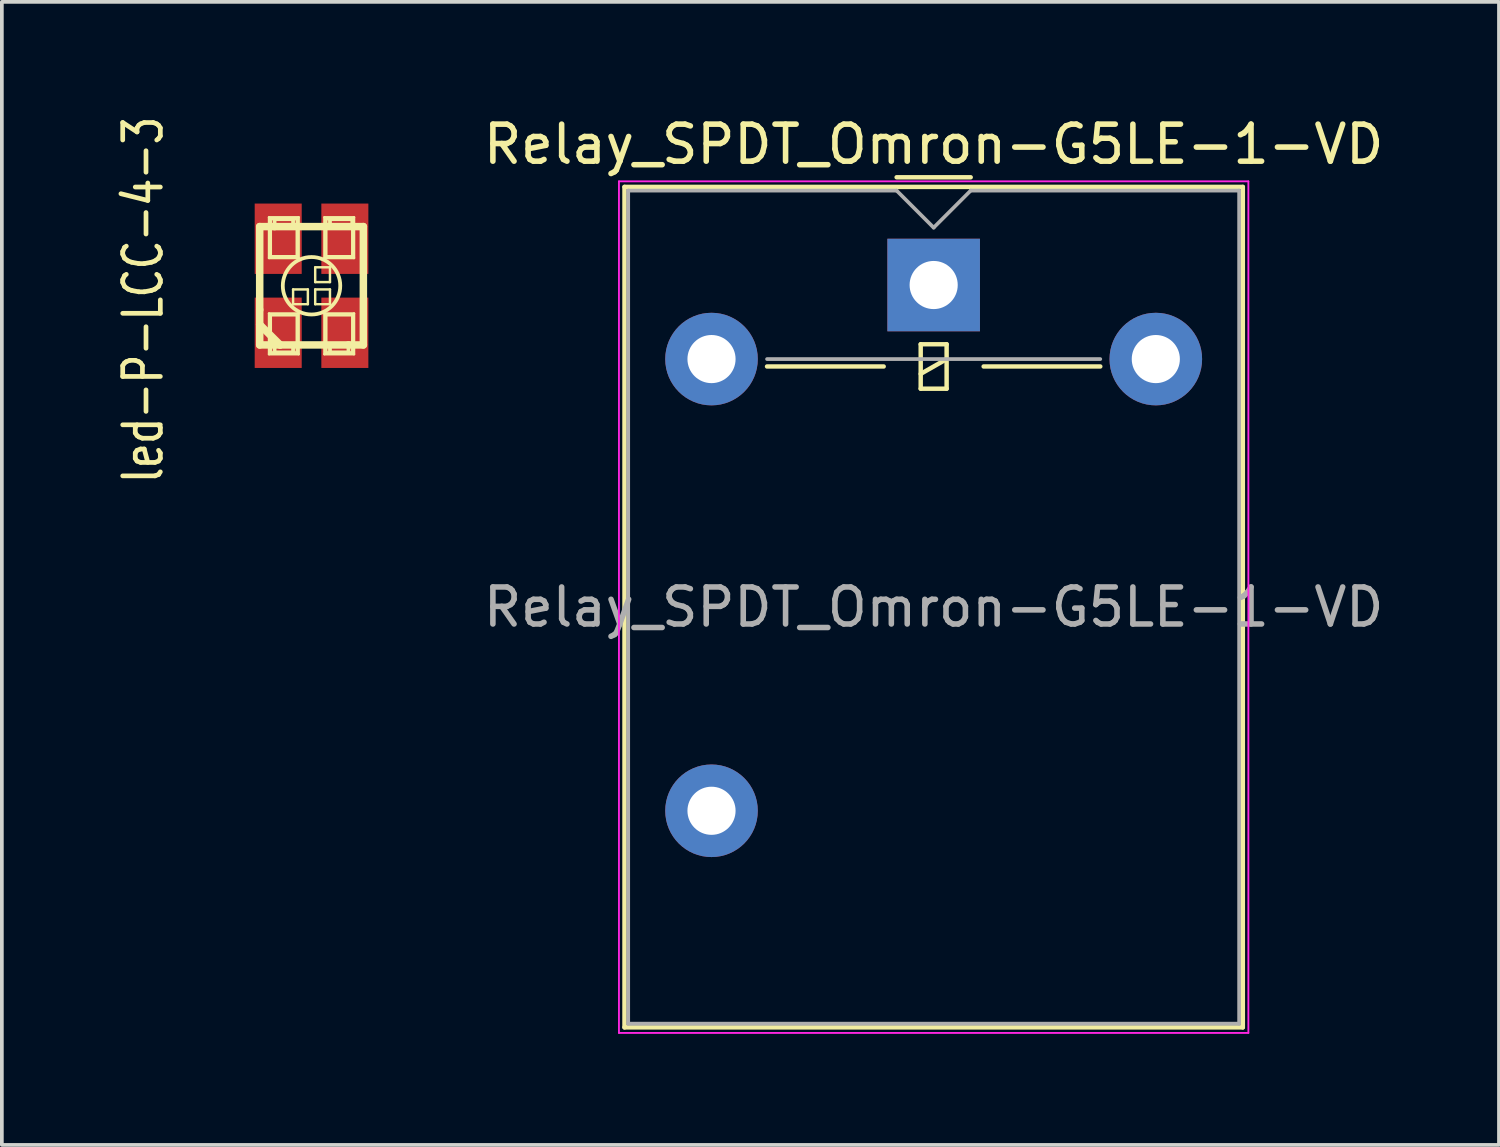
<source format=kicad_pcb>
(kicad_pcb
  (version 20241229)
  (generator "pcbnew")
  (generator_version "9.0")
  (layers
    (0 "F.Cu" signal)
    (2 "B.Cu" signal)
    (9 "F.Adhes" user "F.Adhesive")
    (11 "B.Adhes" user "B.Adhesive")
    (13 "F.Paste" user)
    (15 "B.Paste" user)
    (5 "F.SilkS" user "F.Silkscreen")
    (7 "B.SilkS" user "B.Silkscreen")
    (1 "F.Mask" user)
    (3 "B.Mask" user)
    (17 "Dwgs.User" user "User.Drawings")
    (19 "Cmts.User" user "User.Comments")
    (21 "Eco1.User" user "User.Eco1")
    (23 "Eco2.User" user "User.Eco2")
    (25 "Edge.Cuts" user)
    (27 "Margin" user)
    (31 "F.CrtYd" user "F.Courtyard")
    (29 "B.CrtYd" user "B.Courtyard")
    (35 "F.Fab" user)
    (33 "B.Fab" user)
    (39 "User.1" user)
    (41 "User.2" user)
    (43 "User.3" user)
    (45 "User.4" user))
  (footprint "Relay_SPDT_Omron-G5LE-1-VD"
    (layer "F.Cu")
    (at 22.167 4.648)
    (property "Reference" "Relay_SPDT_Omron-G5LE-1-VD" (at 0 -3.8 0) (layer "F.SilkS") (effects (font (size 1 1) (thickness 0.15))))
    (attr through_hole)
    (fp_line (start -8.35 -2.65) (end -8.35 20.05) (stroke (width 0.12) (type solid)) (layer "F.SilkS"))
    (fp_line (start -8.35 20.05) (end 8.35 20.05) (stroke (width 0.12) (type solid)) (layer "F.SilkS"))
    (fp_line (start -4.5 2.2) (end -1.35 2.2) (stroke (width 0.12) (type solid)) (layer "F.SilkS"))
    (fp_line (start -1 -2.91) (end 1 -2.91) (stroke (width 0.12) (type solid)) (layer "F.SilkS"))
    (fp_line (start -0.35 1.6) (end -0.35 2.8) (stroke (width 0.12) (type solid)) (layer "F.SilkS"))
    (fp_line (start -0.35 2.4) (end 0.35 2) (stroke (width 0.12) (type solid)) (layer "F.SilkS"))
    (fp_line (start -0.35 2.8) (end 0.35 2.8) (stroke (width 0.12) (type solid)) (layer "F.SilkS"))
    (fp_line (start 0.35 1.6) (end -0.35 1.6) (stroke (width 0.12) (type solid)) (layer "F.SilkS"))
    (fp_line (start 0.35 2.8) (end 0.35 1.6) (stroke (width 0.12) (type solid)) (layer "F.SilkS"))
    (fp_line (start 1.35 2.2) (end 4.5 2.2) (stroke (width 0.12) (type solid)) (layer "F.SilkS"))
    (fp_line (start 8.35 -2.65) (end -8.35 -2.65) (stroke (width 0.12) (type solid)) (layer "F.SilkS"))
    (fp_line (start 8.35 20.05) (end 8.35 -2.65) (stroke (width 0.12) (type solid)) (layer "F.SilkS"))
    (fp_line (start -8.5 -2.8) (end -8.5 20.2) (stroke (width 0.05) (type solid)) (layer "F.CrtYd"))
    (fp_line (start -8.5 20.2) (end 8.5 20.2) (stroke (width 0.05) (type solid)) (layer "F.CrtYd"))
    (fp_line (start 8.5 -2.8) (end -8.5 -2.8) (stroke (width 0.05) (type solid)) (layer "F.CrtYd"))
    (fp_line (start 8.5 20.2) (end 8.5 -2.8) (stroke (width 0.05) (type solid)) (layer "F.CrtYd"))
    (fp_line (start -8.25 -2.55) (end -1 -2.55) (stroke (width 0.1) (type solid)) (layer "F.Fab"))
    (fp_line (start -8.25 19.95) (end -8.25 -2.55) (stroke (width 0.1) (type solid)) (layer "F.Fab"))
    (fp_line (start -4.5 2) (end 4.5 2) (stroke (width 0.1) (type solid)) (layer "F.Fab"))
    (fp_line (start -1 -2.55) (end 0 -1.55) (stroke (width 0.1) (type solid)) (layer "F.Fab"))
    (fp_line (start 0 -1.55) (end 1 -2.55) (stroke (width 0.1) (type solid)) (layer "F.Fab"))
    (fp_line (start 1 -2.55) (end 8.25 -2.55) (stroke (width 0.1) (type solid)) (layer "F.Fab"))
    (fp_line (start 8.25 -2.55) (end 8.25 19.95) (stroke (width 0.1) (type solid)) (layer "F.Fab"))
    (fp_line (start 8.25 19.95) (end -8.25 19.95) (stroke (width 0.1) (type solid)) (layer "F.Fab"))
    (fp_text user "${REFERENCE}" (at 0 8.7 0) (layer "F.Fab") (effects (font (size 1 1) (thickness 0.15))))
    (pad "1" thru_hole rect (at 0 0) (size 2.5 2.5) (drill 1.3) (layers "*.Cu" "*.Mask"))
    (pad "2" thru_hole oval (at -6 2) (size 2.5 2.5) (drill 1.3) (layers "*.Cu" "*.Mask"))
    (pad "3" thru_hole oval (at -6 14.2) (size 2.5 2.5) (drill 1.3) (layers "*.Cu" "*.Mask"))
    (pad "5" thru_hole oval (at 6 2) (size 2.5 2.5) (drill 1.3) (layers "*.Cu" "*.Mask")))
  (footprint "led-P-LCC-4-3"
    (layer "F.Cu")
    (at 5.364 4.668)
    (property "Reference" "led-P-LCC-4-3" (at -4.547 0.381 90) (layer "F.SilkS") (effects (font (size 1.016 0.762) (thickness 0.127))))
    (attr through_hole)
    (fp_line (start -1.4 -1.598) (end -1.4 0.648) (stroke (width 0.203) (type solid)) (layer "F.SilkS"))
    (fp_line (start -1.4 1.049) (end -1.4 0.648) (stroke (width 0.203) (type solid)) (layer "F.SilkS"))
    (fp_line (start -1.4 1.049) (end -1.4 1.598) (stroke (width 0.203) (type solid)) (layer "F.SilkS"))
    (fp_line (start -1.4 1.598) (end -0.998 1.598) (stroke (width 0.203) (type solid)) (layer "F.SilkS"))
    (fp_line (start -1.148 -1.849) (end -0.348 -1.849) (stroke (width 0.066) (type solid)) (layer "F.SilkS"))
    (fp_line (start -1.148 -0.749) (end -1.148 -1.849) (stroke (width 0.066) (type solid)) (layer "F.SilkS"))
    (fp_line (start -1.148 -0.749) (end -0.348 -0.749) (stroke (width 0.066) (type solid)) (layer "F.SilkS"))
    (fp_line (start -1.148 0.749) (end -0.348 0.749) (stroke (width 0.066) (type solid)) (layer "F.SilkS"))
    (fp_line (start -1.148 1.849) (end -1.148 0.749) (stroke (width 0.066) (type solid)) (layer "F.SilkS"))
    (fp_line (start -1.148 1.849) (end -0.348 1.849) (stroke (width 0.066) (type solid)) (layer "F.SilkS"))
    (fp_line (start -1.1 -1.798) (end -0.399 -1.798) (stroke (width 0.066) (type solid)) (layer "F.SilkS"))
    (fp_line (start -1.1 -0.798) (end -1.1 -1.798) (stroke (width 0.066) (type solid)) (layer "F.SilkS"))
    (fp_line (start -1.1 -0.798) (end -0.399 -0.798) (stroke (width 0.066) (type solid)) (layer "F.SilkS"))
    (fp_line (start -1.1 0.798) (end -0.399 0.798) (stroke (width 0.066) (type solid)) (layer "F.SilkS"))
    (fp_line (start -1.1 1.798) (end -1.1 0.798) (stroke (width 0.066) (type solid)) (layer "F.SilkS"))
    (fp_line (start -1.1 1.798) (end -0.399 1.798) (stroke (width 0.066) (type solid)) (layer "F.SilkS"))
    (fp_line (start -0.998 -1.798) (end -0.498 -1.798) (stroke (width 0.102) (type solid)) (layer "F.SilkS"))
    (fp_line (start -0.998 -1.598) (end -1.4 -1.598) (stroke (width 0.203) (type solid)) (layer "F.SilkS"))
    (fp_line (start -0.998 -1.598) (end -0.998 -1.798) (stroke (width 0.102) (type solid)) (layer "F.SilkS"))
    (fp_line (start -0.998 1.598) (end -0.998 1.798) (stroke (width 0.102) (type solid)) (layer "F.SilkS"))
    (fp_line (start -0.998 1.598) (end -0.848 1.598) (stroke (width 0.203) (type solid)) (layer "F.SilkS"))
    (fp_line (start -0.998 1.798) (end -0.498 1.798) (stroke (width 0.102) (type solid)) (layer "F.SilkS"))
    (fp_line (start -0.848 1.598) (end -1.4 1.049) (stroke (width 0.203) (type solid)) (layer "F.SilkS"))
    (fp_line (start -0.848 1.598) (end 0.998 1.598) (stroke (width 0.203) (type solid)) (layer "F.SilkS"))
    (fp_line (start -0.498 -1.798) (end -0.498 -1.648) (stroke (width 0.102) (type solid)) (layer "F.SilkS"))
    (fp_line (start -0.498 0.099) (end -0.099 0.099) (stroke (width 0.066) (type solid)) (layer "F.SilkS"))
    (fp_line (start -0.498 0.498) (end -0.498 0.099) (stroke (width 0.066) (type solid)) (layer "F.SilkS"))
    (fp_line (start -0.498 0.498) (end -0.099 0.498) (stroke (width 0.066) (type solid)) (layer "F.SilkS"))
    (fp_line (start -0.498 1.798) (end -0.498 1.648) (stroke (width 0.102) (type solid)) (layer "F.SilkS"))
    (fp_line (start -0.399 -0.798) (end -0.399 -1.798) (stroke (width 0.066) (type solid)) (layer "F.SilkS"))
    (fp_line (start -0.399 1.798) (end -0.399 0.798) (stroke (width 0.066) (type solid)) (layer "F.SilkS"))
    (fp_line (start -0.348 -0.749) (end -0.348 -1.849) (stroke (width 0.066) (type solid)) (layer "F.SilkS"))
    (fp_line (start -0.348 1.849) (end -0.348 0.749) (stroke (width 0.066) (type solid)) (layer "F.SilkS"))
    (fp_line (start -0.099 0.498) (end -0.099 0.099) (stroke (width 0.066) (type solid)) (layer "F.SilkS"))
    (fp_line (start 0.099 -0.498) (end 0.498 -0.498) (stroke (width 0.066) (type solid)) (layer "F.SilkS"))
    (fp_line (start 0.099 -0.099) (end 0.099 -0.498) (stroke (width 0.066) (type solid)) (layer "F.SilkS"))
    (fp_line (start 0.099 -0.099) (end 0.498 -0.099) (stroke (width 0.066) (type solid)) (layer "F.SilkS"))
    (fp_line (start 0.099 0.099) (end 0.498 0.099) (stroke (width 0.066) (type solid)) (layer "F.SilkS"))
    (fp_line (start 0.099 0.498) (end 0.099 0.099) (stroke (width 0.066) (type solid)) (layer "F.SilkS"))
    (fp_line (start 0.099 0.498) (end 0.498 0.498) (stroke (width 0.066) (type solid)) (layer "F.SilkS"))
    (fp_line (start 0.348 -1.849) (end 1.148 -1.849) (stroke (width 0.066) (type solid)) (layer "F.SilkS"))
    (fp_line (start 0.348 -0.749) (end 0.348 -1.849) (stroke (width 0.066) (type solid)) (layer "F.SilkS"))
    (fp_line (start 0.348 -0.749) (end 1.148 -0.749) (stroke (width 0.066) (type solid)) (layer "F.SilkS"))
    (fp_line (start 0.348 0.749) (end 1.148 0.749) (stroke (width 0.066) (type solid)) (layer "F.SilkS"))
    (fp_line (start 0.348 1.849) (end 0.348 0.749) (stroke (width 0.066) (type solid)) (layer "F.SilkS"))
    (fp_line (start 0.348 1.849) (end 1.148 1.849) (stroke (width 0.066) (type solid)) (layer "F.SilkS"))
    (fp_line (start 0.399 -1.798) (end 1.1 -1.798) (stroke (width 0.066) (type solid)) (layer "F.SilkS"))
    (fp_line (start 0.399 -0.798) (end 0.399 -1.798) (stroke (width 0.066) (type solid)) (layer "F.SilkS"))
    (fp_line (start 0.399 -0.798) (end 1.1 -0.798) (stroke (width 0.066) (type solid)) (layer "F.SilkS"))
    (fp_line (start 0.399 0.798) (end 1.1 0.798) (stroke (width 0.066) (type solid)) (layer "F.SilkS"))
    (fp_line (start 0.399 1.798) (end 0.399 0.798) (stroke (width 0.066) (type solid)) (layer "F.SilkS"))
    (fp_line (start 0.399 1.798) (end 1.1 1.798) (stroke (width 0.066) (type solid)) (layer "F.SilkS"))
    (fp_line (start 0.498 -1.798) (end 1.1 -1.798) (stroke (width 0.102) (type solid)) (layer "F.SilkS"))
    (fp_line (start 0.498 -1.648) (end 0.498 -1.798) (stroke (width 0.102) (type solid)) (layer "F.SilkS"))
    (fp_line (start 0.498 -0.099) (end 0.498 -0.498) (stroke (width 0.066) (type solid)) (layer "F.SilkS"))
    (fp_line (start 0.498 0.498) (end 0.498 0.099) (stroke (width 0.066) (type solid)) (layer "F.SilkS"))
    (fp_line (start 0.498 1.648) (end 0.498 1.798) (stroke (width 0.102) (type solid)) (layer "F.SilkS"))
    (fp_line (start 0.498 1.798) (end 0.998 1.798) (stroke (width 0.102) (type solid)) (layer "F.SilkS"))
    (fp_line (start 0.998 1.598) (end 1.4 1.598) (stroke (width 0.203) (type solid)) (layer "F.SilkS"))
    (fp_line (start 0.998 1.798) (end 0.998 1.598) (stroke (width 0.102) (type solid)) (layer "F.SilkS"))
    (fp_line (start 1.1 -1.798) (end 1.1 -1.598) (stroke (width 0.102) (type solid)) (layer "F.SilkS"))
    (fp_line (start 1.1 -0.798) (end 1.1 -1.798) (stroke (width 0.066) (type solid)) (layer "F.SilkS"))
    (fp_line (start 1.1 1.798) (end 1.1 0.798) (stroke (width 0.066) (type solid)) (layer "F.SilkS"))
    (fp_line (start 1.148 -0.749) (end 1.148 -1.849) (stroke (width 0.066) (type solid)) (layer "F.SilkS"))
    (fp_line (start 1.148 1.849) (end 1.148 0.749) (stroke (width 0.066) (type solid)) (layer "F.SilkS"))
    (fp_line (start 1.4 -1.598) (end -0.998 -1.598) (stroke (width 0.203) (type solid)) (layer "F.SilkS"))
    (fp_line (start 1.4 1.598) (end 1.4 -1.598) (stroke (width 0.203) (type solid)) (layer "F.SilkS"))
    (fp_circle (center 0 0) (end -0.776 0) (stroke (width 0.102) (type solid)) (fill no) (layer "F.SilkS"))
    (pad "1" smd rect (at -0.9 1.27 270) (size 1.9 1.27) (layers "F.Cu" "F.Mask" "F.Paste"))
    (pad "2" smd rect (at -0.9 -1.27 270) (size 1.9 1.27) (layers "F.Cu" "F.Mask" "F.Paste"))
    (pad "3" smd rect (at 0.9 -1.27 270) (size 1.9 1.27) (layers "F.Cu" "F.Mask" "F.Paste"))
    (pad "4" smd rect (at 0.9 1.27 270) (size 1.9 1.27) (layers "F.Cu" "F.Mask" "F.Paste")))
  (gr_rect
    (start -3 -3)
    (end 37.435 27.873)
    (stroke (width 0.1) (type default))
    (fill no)
    (layer "Edge.Cuts")))
</source>
